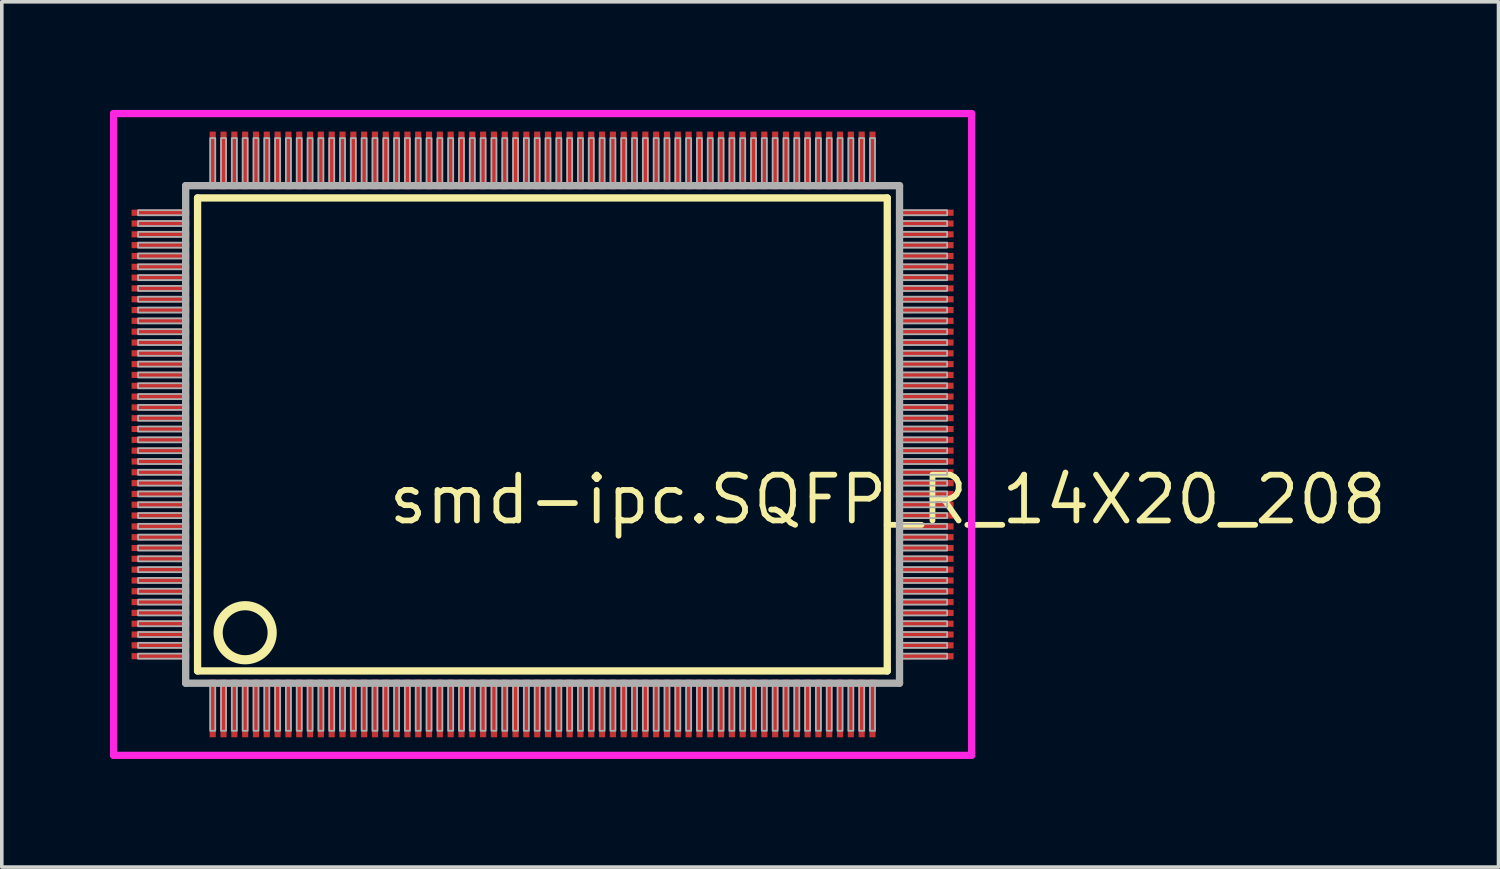
<source format=kicad_pcb>
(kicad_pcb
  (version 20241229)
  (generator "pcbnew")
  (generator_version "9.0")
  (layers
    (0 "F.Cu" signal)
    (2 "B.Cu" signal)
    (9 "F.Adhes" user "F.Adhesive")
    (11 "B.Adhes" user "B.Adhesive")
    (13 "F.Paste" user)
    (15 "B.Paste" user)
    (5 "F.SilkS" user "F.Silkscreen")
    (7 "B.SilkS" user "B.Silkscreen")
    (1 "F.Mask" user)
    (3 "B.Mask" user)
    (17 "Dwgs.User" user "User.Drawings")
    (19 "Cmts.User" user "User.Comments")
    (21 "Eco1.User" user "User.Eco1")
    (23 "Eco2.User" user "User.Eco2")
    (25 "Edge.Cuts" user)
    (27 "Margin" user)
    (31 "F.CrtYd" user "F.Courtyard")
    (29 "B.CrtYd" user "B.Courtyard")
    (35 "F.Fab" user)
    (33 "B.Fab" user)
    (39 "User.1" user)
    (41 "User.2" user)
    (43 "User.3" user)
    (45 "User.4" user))
  (footprint "smd-ipc.SQFP_R_14X20_208"
    (layer "F.Cu")
    (at 12 9)
    (property "Reference" "smd-ipc.SQFP_R_14X20_208" (at -4.35 2.55 0) (layer "F.SilkS") (effects (font (size 1.27 1.27) (thickness 0.16)) (justify left bottom)))
    (attr smd)
    (fp_line (start -9.57 -6.56) (end 9.56 -6.56) (stroke (width 0.203) (type default)) (layer "F.SilkS"))
    (fp_line (start -9.57 6.56) (end -9.57 -6.56) (stroke (width 0.203) (type default)) (layer "F.SilkS"))
    (fp_line (start 9.56 -6.56) (end 9.56 6.56) (stroke (width 0.203) (type default)) (layer "F.SilkS"))
    (fp_line (start 9.56 6.56) (end -9.57 6.56) (stroke (width 0.203) (type default)) (layer "F.SilkS"))
    (fp_circle (center -8.25 5.5) (end -7.5 5.5) (stroke (width 0.254) (type default)) (fill no) (layer "F.SilkS"))
    (fp_line (start -11.9 -8.9) (end 11.9 -8.9) (stroke (width 0.2) (type default)) (layer "F.CrtYd"))
    (fp_line (start -11.9 8.9) (end -11.9 -8.9) (stroke (width 0.2) (type default)) (layer "F.CrtYd"))
    (fp_line (start 11.9 -8.9) (end 11.9 8.9) (stroke (width 0.2) (type default)) (layer "F.CrtYd"))
    (fp_line (start 11.9 8.9) (end -11.9 8.9) (stroke (width 0.2) (type default)) (layer "F.CrtYd"))
    (fp_line (start -9.9 -6.9) (end -9.9 6.9) (stroke (width 0.203) (type default)) (layer "F.Fab"))
    (fp_line (start -9.9 6.9) (end 9.9 6.9) (stroke (width 0.203) (type default)) (layer "F.Fab"))
    (fp_line (start 9.9 -6.9) (end -9.9 -6.9) (stroke (width 0.203) (type default)) (layer "F.Fab"))
    (fp_line (start 9.9 6.9) (end 9.9 -6.9) (stroke (width 0.203) (type default)) (layer "F.Fab"))
    (fp_rect (start -11.22 -6.08) (end -9.95 -6.22) (stroke (width 0.05) (type default)) (fill no) (layer "F.Fab"))
    (fp_rect (start -11.22 -5.78) (end -9.95 -5.92) (stroke (width 0.05) (type default)) (fill no) (layer "F.Fab"))
    (fp_rect (start -11.22 -5.48) (end -9.95 -5.62) (stroke (width 0.05) (type default)) (fill no) (layer "F.Fab"))
    (fp_rect (start -11.22 -5.18) (end -9.95 -5.32) (stroke (width 0.05) (type default)) (fill no) (layer "F.Fab"))
    (fp_rect (start -11.22 -4.88) (end -9.95 -5.02) (stroke (width 0.05) (type default)) (fill no) (layer "F.Fab"))
    (fp_rect (start -11.22 -4.58) (end -9.95 -4.72) (stroke (width 0.05) (type default)) (fill no) (layer "F.Fab"))
    (fp_rect (start -11.22 -4.28) (end -9.95 -4.42) (stroke (width 0.05) (type default)) (fill no) (layer "F.Fab"))
    (fp_rect (start -11.22 -3.98) (end -9.95 -4.12) (stroke (width 0.05) (type default)) (fill no) (layer "F.Fab"))
    (fp_rect (start -11.22 -3.68) (end -9.95 -3.82) (stroke (width 0.05) (type default)) (fill no) (layer "F.Fab"))
    (fp_rect (start -11.22 -3.38) (end -9.95 -3.52) (stroke (width 0.05) (type default)) (fill no) (layer "F.Fab"))
    (fp_rect (start -11.22 -3.08) (end -9.95 -3.22) (stroke (width 0.05) (type default)) (fill no) (layer "F.Fab"))
    (fp_rect (start -11.22 -2.78) (end -9.95 -2.92) (stroke (width 0.05) (type default)) (fill no) (layer "F.Fab"))
    (fp_rect (start -11.22 -2.48) (end -9.95 -2.62) (stroke (width 0.05) (type default)) (fill no) (layer "F.Fab"))
    (fp_rect (start -11.22 -2.18) (end -9.95 -2.32) (stroke (width 0.05) (type default)) (fill no) (layer "F.Fab"))
    (fp_rect (start -11.22 -1.88) (end -9.95 -2.02) (stroke (width 0.05) (type default)) (fill no) (layer "F.Fab"))
    (fp_rect (start -11.22 -1.58) (end -9.95 -1.72) (stroke (width 0.05) (type default)) (fill no) (layer "F.Fab"))
    (fp_rect (start -11.22 -1.28) (end -9.95 -1.42) (stroke (width 0.05) (type default)) (fill no) (layer "F.Fab"))
    (fp_rect (start -11.22 -0.98) (end -9.95 -1.12) (stroke (width 0.05) (type default)) (fill no) (layer "F.Fab"))
    (fp_rect (start -11.22 -0.68) (end -9.95 -0.82) (stroke (width 0.05) (type default)) (fill no) (layer "F.Fab"))
    (fp_rect (start -11.22 -0.38) (end -9.95 -0.52) (stroke (width 0.05) (type default)) (fill no) (layer "F.Fab"))
    (fp_rect (start -11.22 -0.08) (end -9.95 -0.22) (stroke (width 0.05) (type default)) (fill no) (layer "F.Fab"))
    (fp_rect (start -11.22 0.22) (end -9.95 0.08) (stroke (width 0.05) (type default)) (fill no) (layer "F.Fab"))
    (fp_rect (start -11.22 0.52) (end -9.95 0.38) (stroke (width 0.05) (type default)) (fill no) (layer "F.Fab"))
    (fp_rect (start -11.22 0.82) (end -9.95 0.68) (stroke (width 0.05) (type default)) (fill no) (layer "F.Fab"))
    (fp_rect (start -11.22 1.12) (end -9.95 0.98) (stroke (width 0.05) (type default)) (fill no) (layer "F.Fab"))
    (fp_rect (start -11.22 1.42) (end -9.95 1.28) (stroke (width 0.05) (type default)) (fill no) (layer "F.Fab"))
    (fp_rect (start -11.22 1.72) (end -9.95 1.58) (stroke (width 0.05) (type default)) (fill no) (layer "F.Fab"))
    (fp_rect (start -11.22 2.02) (end -9.95 1.88) (stroke (width 0.05) (type default)) (fill no) (layer "F.Fab"))
    (fp_rect (start -11.22 2.32) (end -9.95 2.18) (stroke (width 0.05) (type default)) (fill no) (layer "F.Fab"))
    (fp_rect (start -11.22 2.62) (end -9.95 2.48) (stroke (width 0.05) (type default)) (fill no) (layer "F.Fab"))
    (fp_rect (start -11.22 2.92) (end -9.95 2.78) (stroke (width 0.05) (type default)) (fill no) (layer "F.Fab"))
    (fp_rect (start -11.22 3.22) (end -9.95 3.08) (stroke (width 0.05) (type default)) (fill no) (layer "F.Fab"))
    (fp_rect (start -11.22 3.52) (end -9.95 3.38) (stroke (width 0.05) (type default)) (fill no) (layer "F.Fab"))
    (fp_rect (start -11.22 3.82) (end -9.95 3.68) (stroke (width 0.05) (type default)) (fill no) (layer "F.Fab"))
    (fp_rect (start -11.22 4.12) (end -9.95 3.98) (stroke (width 0.05) (type default)) (fill no) (layer "F.Fab"))
    (fp_rect (start -11.22 4.42) (end -9.95 4.28) (stroke (width 0.05) (type default)) (fill no) (layer "F.Fab"))
    (fp_rect (start -11.22 4.72) (end -9.95 4.58) (stroke (width 0.05) (type default)) (fill no) (layer "F.Fab"))
    (fp_rect (start -11.22 5.02) (end -9.95 4.88) (stroke (width 0.05) (type default)) (fill no) (layer "F.Fab"))
    (fp_rect (start -11.22 5.32) (end -9.95 5.18) (stroke (width 0.05) (type default)) (fill no) (layer "F.Fab"))
    (fp_rect (start -11.22 5.62) (end -9.95 5.48) (stroke (width 0.05) (type default)) (fill no) (layer "F.Fab"))
    (fp_rect (start -11.22 5.92) (end -9.95 5.78) (stroke (width 0.05) (type default)) (fill no) (layer "F.Fab"))
    (fp_rect (start -11.22 6.22) (end -9.95 6.08) (stroke (width 0.05) (type default)) (fill no) (layer "F.Fab"))
    (fp_rect (start -9.22 -6.95) (end -9.08 -8.22) (stroke (width 0.05) (type default)) (fill no) (layer "F.Fab"))
    (fp_rect (start -9.22 8.22) (end -9.08 6.95) (stroke (width 0.05) (type default)) (fill no) (layer "F.Fab"))
    (fp_rect (start -8.92 -6.95) (end -8.78 -8.22) (stroke (width 0.05) (type default)) (fill no) (layer "F.Fab"))
    (fp_rect (start -8.92 8.22) (end -8.78 6.95) (stroke (width 0.05) (type default)) (fill no) (layer "F.Fab"))
    (fp_rect (start -8.62 -6.95) (end -8.48 -8.22) (stroke (width 0.05) (type default)) (fill no) (layer "F.Fab"))
    (fp_rect (start -8.62 8.22) (end -8.48 6.95) (stroke (width 0.05) (type default)) (fill no) (layer "F.Fab"))
    (fp_rect (start -8.32 -6.95) (end -8.18 -8.22) (stroke (width 0.05) (type default)) (fill no) (layer "F.Fab"))
    (fp_rect (start -8.32 8.22) (end -8.18 6.95) (stroke (width 0.05) (type default)) (fill no) (layer "F.Fab"))
    (fp_rect (start -8.02 -6.95) (end -7.88 -8.22) (stroke (width 0.05) (type default)) (fill no) (layer "F.Fab"))
    (fp_rect (start -8.02 8.22) (end -7.88 6.95) (stroke (width 0.05) (type default)) (fill no) (layer "F.Fab"))
    (fp_rect (start -7.72 -6.95) (end -7.58 -8.22) (stroke (width 0.05) (type default)) (fill no) (layer "F.Fab"))
    (fp_rect (start -7.72 8.22) (end -7.58 6.95) (stroke (width 0.05) (type default)) (fill no) (layer "F.Fab"))
    (fp_rect (start -7.42 -6.95) (end -7.28 -8.22) (stroke (width 0.05) (type default)) (fill no) (layer "F.Fab"))
    (fp_rect (start -7.42 8.22) (end -7.28 6.95) (stroke (width 0.05) (type default)) (fill no) (layer "F.Fab"))
    (fp_rect (start -7.12 -6.95) (end -6.98 -8.22) (stroke (width 0.05) (type default)) (fill no) (layer "F.Fab"))
    (fp_rect (start -7.12 8.22) (end -6.98 6.95) (stroke (width 0.05) (type default)) (fill no) (layer "F.Fab"))
    (fp_rect (start -6.82 -6.95) (end -6.68 -8.22) (stroke (width 0.05) (type default)) (fill no) (layer "F.Fab"))
    (fp_rect (start -6.82 8.22) (end -6.68 6.95) (stroke (width 0.05) (type default)) (fill no) (layer "F.Fab"))
    (fp_rect (start -6.52 -6.95) (end -6.38 -8.22) (stroke (width 0.05) (type default)) (fill no) (layer "F.Fab"))
    (fp_rect (start -6.52 8.22) (end -6.38 6.95) (stroke (width 0.05) (type default)) (fill no) (layer "F.Fab"))
    (fp_rect (start -6.22 -6.95) (end -6.08 -8.22) (stroke (width 0.05) (type default)) (fill no) (layer "F.Fab"))
    (fp_rect (start -6.22 8.22) (end -6.08 6.95) (stroke (width 0.05) (type default)) (fill no) (layer "F.Fab"))
    (fp_rect (start -5.92 -6.95) (end -5.78 -8.22) (stroke (width 0.05) (type default)) (fill no) (layer "F.Fab"))
    (fp_rect (start -5.92 8.22) (end -5.78 6.95) (stroke (width 0.05) (type default)) (fill no) (layer "F.Fab"))
    (fp_rect (start -5.62 -6.95) (end -5.48 -8.22) (stroke (width 0.05) (type default)) (fill no) (layer "F.Fab"))
    (fp_rect (start -5.62 8.22) (end -5.48 6.95) (stroke (width 0.05) (type default)) (fill no) (layer "F.Fab"))
    (fp_rect (start -5.32 -6.95) (end -5.18 -8.22) (stroke (width 0.05) (type default)) (fill no) (layer "F.Fab"))
    (fp_rect (start -5.32 8.22) (end -5.18 6.95) (stroke (width 0.05) (type default)) (fill no) (layer "F.Fab"))
    (fp_rect (start -5.02 -6.95) (end -4.88 -8.22) (stroke (width 0.05) (type default)) (fill no) (layer "F.Fab"))
    (fp_rect (start -5.02 8.22) (end -4.88 6.95) (stroke (width 0.05) (type default)) (fill no) (layer "F.Fab"))
    (fp_rect (start -4.72 -6.95) (end -4.58 -8.22) (stroke (width 0.05) (type default)) (fill no) (layer "F.Fab"))
    (fp_rect (start -4.72 8.22) (end -4.58 6.95) (stroke (width 0.05) (type default)) (fill no) (layer "F.Fab"))
    (fp_rect (start -4.42 -6.95) (end -4.28 -8.22) (stroke (width 0.05) (type default)) (fill no) (layer "F.Fab"))
    (fp_rect (start -4.42 8.22) (end -4.28 6.95) (stroke (width 0.05) (type default)) (fill no) (layer "F.Fab"))
    (fp_rect (start -4.12 -6.95) (end -3.98 -8.22) (stroke (width 0.05) (type default)) (fill no) (layer "F.Fab"))
    (fp_rect (start -4.12 8.22) (end -3.98 6.95) (stroke (width 0.05) (type default)) (fill no) (layer "F.Fab"))
    (fp_rect (start -3.82 -6.95) (end -3.68 -8.22) (stroke (width 0.05) (type default)) (fill no) (layer "F.Fab"))
    (fp_rect (start -3.82 8.22) (end -3.68 6.95) (stroke (width 0.05) (type default)) (fill no) (layer "F.Fab"))
    (fp_rect (start -3.52 -6.95) (end -3.38 -8.22) (stroke (width 0.05) (type default)) (fill no) (layer "F.Fab"))
    (fp_rect (start -3.52 8.22) (end -3.38 6.95) (stroke (width 0.05) (type default)) (fill no) (layer "F.Fab"))
    (fp_rect (start -3.22 -6.95) (end -3.08 -8.22) (stroke (width 0.05) (type default)) (fill no) (layer "F.Fab"))
    (fp_rect (start -3.22 8.22) (end -3.08 6.95) (stroke (width 0.05) (type default)) (fill no) (layer "F.Fab"))
    (fp_rect (start -2.92 -6.95) (end -2.78 -8.22) (stroke (width 0.05) (type default)) (fill no) (layer "F.Fab"))
    (fp_rect (start -2.92 8.22) (end -2.78 6.95) (stroke (width 0.05) (type default)) (fill no) (layer "F.Fab"))
    (fp_rect (start -2.62 -6.95) (end -2.48 -8.22) (stroke (width 0.05) (type default)) (fill no) (layer "F.Fab"))
    (fp_rect (start -2.62 8.22) (end -2.48 6.95) (stroke (width 0.05) (type default)) (fill no) (layer "F.Fab"))
    (fp_rect (start -2.32 -6.95) (end -2.18 -8.22) (stroke (width 0.05) (type default)) (fill no) (layer "F.Fab"))
    (fp_rect (start -2.32 8.22) (end -2.18 6.95) (stroke (width 0.05) (type default)) (fill no) (layer "F.Fab"))
    (fp_rect (start -2.02 -6.95) (end -1.88 -8.22) (stroke (width 0.05) (type default)) (fill no) (layer "F.Fab"))
    (fp_rect (start -2.02 8.22) (end -1.88 6.95) (stroke (width 0.05) (type default)) (fill no) (layer "F.Fab"))
    (fp_rect (start -1.72 -6.95) (end -1.58 -8.22) (stroke (width 0.05) (type default)) (fill no) (layer "F.Fab"))
    (fp_rect (start -1.72 8.22) (end -1.58 6.95) (stroke (width 0.05) (type default)) (fill no) (layer "F.Fab"))
    (fp_rect (start -1.42 -6.95) (end -1.28 -8.22) (stroke (width 0.05) (type default)) (fill no) (layer "F.Fab"))
    (fp_rect (start -1.42 8.22) (end -1.28 6.95) (stroke (width 0.05) (type default)) (fill no) (layer "F.Fab"))
    (fp_rect (start -1.12 -6.95) (end -0.98 -8.22) (stroke (width 0.05) (type default)) (fill no) (layer "F.Fab"))
    (fp_rect (start -1.12 8.22) (end -0.98 6.95) (stroke (width 0.05) (type default)) (fill no) (layer "F.Fab"))
    (fp_rect (start -0.82 -6.95) (end -0.68 -8.22) (stroke (width 0.05) (type default)) (fill no) (layer "F.Fab"))
    (fp_rect (start -0.82 8.22) (end -0.68 6.95) (stroke (width 0.05) (type default)) (fill no) (layer "F.Fab"))
    (fp_rect (start -0.52 -6.95) (end -0.38 -8.22) (stroke (width 0.05) (type default)) (fill no) (layer "F.Fab"))
    (fp_rect (start -0.52 8.22) (end -0.38 6.95) (stroke (width 0.05) (type default)) (fill no) (layer "F.Fab"))
    (fp_rect (start -0.22 -6.95) (end -0.08 -8.22) (stroke (width 0.05) (type default)) (fill no) (layer "F.Fab"))
    (fp_rect (start -0.22 8.22) (end -0.08 6.95) (stroke (width 0.05) (type default)) (fill no) (layer "F.Fab"))
    (fp_rect (start 0.08 -6.95) (end 0.22 -8.22) (stroke (width 0.05) (type default)) (fill no) (layer "F.Fab"))
    (fp_rect (start 0.08 8.22) (end 0.22 6.95) (stroke (width 0.05) (type default)) (fill no) (layer "F.Fab"))
    (fp_rect (start 0.38 -6.95) (end 0.52 -8.22) (stroke (width 0.05) (type default)) (fill no) (layer "F.Fab"))
    (fp_rect (start 0.38 8.22) (end 0.52 6.95) (stroke (width 0.05) (type default)) (fill no) (layer "F.Fab"))
    (fp_rect (start 0.68 -6.95) (end 0.82 -8.22) (stroke (width 0.05) (type default)) (fill no) (layer "F.Fab"))
    (fp_rect (start 0.68 8.22) (end 0.82 6.95) (stroke (width 0.05) (type default)) (fill no) (layer "F.Fab"))
    (fp_rect (start 0.98 -6.95) (end 1.12 -8.22) (stroke (width 0.05) (type default)) (fill no) (layer "F.Fab"))
    (fp_rect (start 0.98 8.22) (end 1.12 6.95) (stroke (width 0.05) (type default)) (fill no) (layer "F.Fab"))
    (fp_rect (start 1.28 -6.95) (end 1.42 -8.22) (stroke (width 0.05) (type default)) (fill no) (layer "F.Fab"))
    (fp_rect (start 1.28 8.22) (end 1.42 6.95) (stroke (width 0.05) (type default)) (fill no) (layer "F.Fab"))
    (fp_rect (start 1.58 -6.95) (end 1.72 -8.22) (stroke (width 0.05) (type default)) (fill no) (layer "F.Fab"))
    (fp_rect (start 1.58 8.22) (end 1.72 6.95) (stroke (width 0.05) (type default)) (fill no) (layer "F.Fab"))
    (fp_rect (start 1.88 -6.95) (end 2.02 -8.22) (stroke (width 0.05) (type default)) (fill no) (layer "F.Fab"))
    (fp_rect (start 1.88 8.22) (end 2.02 6.95) (stroke (width 0.05) (type default)) (fill no) (layer "F.Fab"))
    (fp_rect (start 2.18 -6.95) (end 2.32 -8.22) (stroke (width 0.05) (type default)) (fill no) (layer "F.Fab"))
    (fp_rect (start 2.18 8.22) (end 2.32 6.95) (stroke (width 0.05) (type default)) (fill no) (layer "F.Fab"))
    (fp_rect (start 2.48 -6.95) (end 2.62 -8.22) (stroke (width 0.05) (type default)) (fill no) (layer "F.Fab"))
    (fp_rect (start 2.48 8.22) (end 2.62 6.95) (stroke (width 0.05) (type default)) (fill no) (layer "F.Fab"))
    (fp_rect (start 2.78 -6.95) (end 2.92 -8.22) (stroke (width 0.05) (type default)) (fill no) (layer "F.Fab"))
    (fp_rect (start 2.78 8.22) (end 2.92 6.95) (stroke (width 0.05) (type default)) (fill no) (layer "F.Fab"))
    (fp_rect (start 3.08 -6.95) (end 3.22 -8.22) (stroke (width 0.05) (type default)) (fill no) (layer "F.Fab"))
    (fp_rect (start 3.08 8.22) (end 3.22 6.95) (stroke (width 0.05) (type default)) (fill no) (layer "F.Fab"))
    (fp_rect (start 3.38 -6.95) (end 3.52 -8.22) (stroke (width 0.05) (type default)) (fill no) (layer "F.Fab"))
    (fp_rect (start 3.38 8.22) (end 3.52 6.95) (stroke (width 0.05) (type default)) (fill no) (layer "F.Fab"))
    (fp_rect (start 3.68 -6.95) (end 3.82 -8.22) (stroke (width 0.05) (type default)) (fill no) (layer "F.Fab"))
    (fp_rect (start 3.68 8.22) (end 3.82 6.95) (stroke (width 0.05) (type default)) (fill no) (layer "F.Fab"))
    (fp_rect (start 3.98 -6.95) (end 4.12 -8.22) (stroke (width 0.05) (type default)) (fill no) (layer "F.Fab"))
    (fp_rect (start 3.98 8.22) (end 4.12 6.95) (stroke (width 0.05) (type default)) (fill no) (layer "F.Fab"))
    (fp_rect (start 4.28 -6.95) (end 4.42 -8.22) (stroke (width 0.05) (type default)) (fill no) (layer "F.Fab"))
    (fp_rect (start 4.28 8.22) (end 4.42 6.95) (stroke (width 0.05) (type default)) (fill no) (layer "F.Fab"))
    (fp_rect (start 4.58 -6.95) (end 4.72 -8.22) (stroke (width 0.05) (type default)) (fill no) (layer "F.Fab"))
    (fp_rect (start 4.58 8.22) (end 4.72 6.95) (stroke (width 0.05) (type default)) (fill no) (layer "F.Fab"))
    (fp_rect (start 4.88 -6.95) (end 5.02 -8.22) (stroke (width 0.05) (type default)) (fill no) (layer "F.Fab"))
    (fp_rect (start 4.88 8.22) (end 5.02 6.95) (stroke (width 0.05) (type default)) (fill no) (layer "F.Fab"))
    (fp_rect (start 5.18 -6.95) (end 5.32 -8.22) (stroke (width 0.05) (type default)) (fill no) (layer "F.Fab"))
    (fp_rect (start 5.18 8.22) (end 5.32 6.95) (stroke (width 0.05) (type default)) (fill no) (layer "F.Fab"))
    (fp_rect (start 5.48 -6.95) (end 5.62 -8.22) (stroke (width 0.05) (type default)) (fill no) (layer "F.Fab"))
    (fp_rect (start 5.48 8.22) (end 5.62 6.95) (stroke (width 0.05) (type default)) (fill no) (layer "F.Fab"))
    (fp_rect (start 5.78 -6.95) (end 5.92 -8.22) (stroke (width 0.05) (type default)) (fill no) (layer "F.Fab"))
    (fp_rect (start 5.78 8.22) (end 5.92 6.95) (stroke (width 0.05) (type default)) (fill no) (layer "F.Fab"))
    (fp_rect (start 6.08 -6.95) (end 6.22 -8.22) (stroke (width 0.05) (type default)) (fill no) (layer "F.Fab"))
    (fp_rect (start 6.08 8.22) (end 6.22 6.95) (stroke (width 0.05) (type default)) (fill no) (layer "F.Fab"))
    (fp_rect (start 6.38 -6.95) (end 6.52 -8.22) (stroke (width 0.05) (type default)) (fill no) (layer "F.Fab"))
    (fp_rect (start 6.38 8.22) (end 6.52 6.95) (stroke (width 0.05) (type default)) (fill no) (layer "F.Fab"))
    (fp_rect (start 6.68 -6.95) (end 6.82 -8.22) (stroke (width 0.05) (type default)) (fill no) (layer "F.Fab"))
    (fp_rect (start 6.68 8.22) (end 6.82 6.95) (stroke (width 0.05) (type default)) (fill no) (layer "F.Fab"))
    (fp_rect (start 6.98 -6.95) (end 7.12 -8.22) (stroke (width 0.05) (type default)) (fill no) (layer "F.Fab"))
    (fp_rect (start 6.98 8.22) (end 7.12 6.95) (stroke (width 0.05) (type default)) (fill no) (layer "F.Fab"))
    (fp_rect (start 7.28 -6.95) (end 7.42 -8.22) (stroke (width 0.05) (type default)) (fill no) (layer "F.Fab"))
    (fp_rect (start 7.28 8.22) (end 7.42 6.95) (stroke (width 0.05) (type default)) (fill no) (layer "F.Fab"))
    (fp_rect (start 7.58 -6.95) (end 7.72 -8.22) (stroke (width 0.05) (type default)) (fill no) (layer "F.Fab"))
    (fp_rect (start 7.58 8.22) (end 7.72 6.95) (stroke (width 0.05) (type default)) (fill no) (layer "F.Fab"))
    (fp_rect (start 7.88 -6.95) (end 8.02 -8.22) (stroke (width 0.05) (type default)) (fill no) (layer "F.Fab"))
    (fp_rect (start 7.88 8.22) (end 8.02 6.95) (stroke (width 0.05) (type default)) (fill no) (layer "F.Fab"))
    (fp_rect (start 8.18 -6.95) (end 8.32 -8.22) (stroke (width 0.05) (type default)) (fill no) (layer "F.Fab"))
    (fp_rect (start 8.18 8.22) (end 8.32 6.95) (stroke (width 0.05) (type default)) (fill no) (layer "F.Fab"))
    (fp_rect (start 8.48 -6.95) (end 8.62 -8.22) (stroke (width 0.05) (type default)) (fill no) (layer "F.Fab"))
    (fp_rect (start 8.48 8.22) (end 8.62 6.95) (stroke (width 0.05) (type default)) (fill no) (layer "F.Fab"))
    (fp_rect (start 8.78 -6.95) (end 8.92 -8.22) (stroke (width 0.05) (type default)) (fill no) (layer "F.Fab"))
    (fp_rect (start 8.78 8.22) (end 8.92 6.95) (stroke (width 0.05) (type default)) (fill no) (layer "F.Fab"))
    (fp_rect (start 9.08 -6.95) (end 9.22 -8.22) (stroke (width 0.05) (type default)) (fill no) (layer "F.Fab"))
    (fp_rect (start 9.08 8.22) (end 9.22 6.95) (stroke (width 0.05) (type default)) (fill no) (layer "F.Fab"))
    (fp_rect (start 9.95 -6.08) (end 11.22 -6.22) (stroke (width 0.05) (type default)) (fill no) (layer "F.Fab"))
    (fp_rect (start 9.95 -5.78) (end 11.22 -5.92) (stroke (width 0.05) (type default)) (fill no) (layer "F.Fab"))
    (fp_rect (start 9.95 -5.48) (end 11.22 -5.62) (stroke (width 0.05) (type default)) (fill no) (layer "F.Fab"))
    (fp_rect (start 9.95 -5.18) (end 11.22 -5.32) (stroke (width 0.05) (type default)) (fill no) (layer "F.Fab"))
    (fp_rect (start 9.95 -4.88) (end 11.22 -5.02) (stroke (width 0.05) (type default)) (fill no) (layer "F.Fab"))
    (fp_rect (start 9.95 -4.58) (end 11.22 -4.72) (stroke (width 0.05) (type default)) (fill no) (layer "F.Fab"))
    (fp_rect (start 9.95 -4.28) (end 11.22 -4.42) (stroke (width 0.05) (type default)) (fill no) (layer "F.Fab"))
    (fp_rect (start 9.95 -3.98) (end 11.22 -4.12) (stroke (width 0.05) (type default)) (fill no) (layer "F.Fab"))
    (fp_rect (start 9.95 -3.68) (end 11.22 -3.82) (stroke (width 0.05) (type default)) (fill no) (layer "F.Fab"))
    (fp_rect (start 9.95 -3.38) (end 11.22 -3.52) (stroke (width 0.05) (type default)) (fill no) (layer "F.Fab"))
    (fp_rect (start 9.95 -3.08) (end 11.22 -3.22) (stroke (width 0.05) (type default)) (fill no) (layer "F.Fab"))
    (fp_rect (start 9.95 -2.78) (end 11.22 -2.92) (stroke (width 0.05) (type default)) (fill no) (layer "F.Fab"))
    (fp_rect (start 9.95 -2.48) (end 11.22 -2.62) (stroke (width 0.05) (type default)) (fill no) (layer "F.Fab"))
    (fp_rect (start 9.95 -2.18) (end 11.22 -2.32) (stroke (width 0.05) (type default)) (fill no) (layer "F.Fab"))
    (fp_rect (start 9.95 -1.88) (end 11.22 -2.02) (stroke (width 0.05) (type default)) (fill no) (layer "F.Fab"))
    (fp_rect (start 9.95 -1.58) (end 11.22 -1.72) (stroke (width 0.05) (type default)) (fill no) (layer "F.Fab"))
    (fp_rect (start 9.95 -1.28) (end 11.22 -1.42) (stroke (width 0.05) (type default)) (fill no) (layer "F.Fab"))
    (fp_rect (start 9.95 -0.98) (end 11.22 -1.12) (stroke (width 0.05) (type default)) (fill no) (layer "F.Fab"))
    (fp_rect (start 9.95 -0.68) (end 11.22 -0.82) (stroke (width 0.05) (type default)) (fill no) (layer "F.Fab"))
    (fp_rect (start 9.95 -0.38) (end 11.22 -0.52) (stroke (width 0.05) (type default)) (fill no) (layer "F.Fab"))
    (fp_rect (start 9.95 -0.08) (end 11.22 -0.22) (stroke (width 0.05) (type default)) (fill no) (layer "F.Fab"))
    (fp_rect (start 9.95 0.22) (end 11.22 0.08) (stroke (width 0.05) (type default)) (fill no) (layer "F.Fab"))
    (fp_rect (start 9.95 0.52) (end 11.22 0.38) (stroke (width 0.05) (type default)) (fill no) (layer "F.Fab"))
    (fp_rect (start 9.95 0.82) (end 11.22 0.68) (stroke (width 0.05) (type default)) (fill no) (layer "F.Fab"))
    (fp_rect (start 9.95 1.12) (end 11.22 0.98) (stroke (width 0.05) (type default)) (fill no) (layer "F.Fab"))
    (fp_rect (start 9.95 1.42) (end 11.22 1.28) (stroke (width 0.05) (type default)) (fill no) (layer "F.Fab"))
    (fp_rect (start 9.95 1.72) (end 11.22 1.58) (stroke (width 0.05) (type default)) (fill no) (layer "F.Fab"))
    (fp_rect (start 9.95 2.02) (end 11.22 1.88) (stroke (width 0.05) (type default)) (fill no) (layer "F.Fab"))
    (fp_rect (start 9.95 2.32) (end 11.22 2.18) (stroke (width 0.05) (type default)) (fill no) (layer "F.Fab"))
    (fp_rect (start 9.95 2.62) (end 11.22 2.48) (stroke (width 0.05) (type default)) (fill no) (layer "F.Fab"))
    (fp_rect (start 9.95 2.92) (end 11.22 2.78) (stroke (width 0.05) (type default)) (fill no) (layer "F.Fab"))
    (fp_rect (start 9.95 3.22) (end 11.22 3.08) (stroke (width 0.05) (type default)) (fill no) (layer "F.Fab"))
    (fp_rect (start 9.95 3.52) (end 11.22 3.38) (stroke (width 0.05) (type default)) (fill no) (layer "F.Fab"))
    (fp_rect (start 9.95 3.82) (end 11.22 3.68) (stroke (width 0.05) (type default)) (fill no) (layer "F.Fab"))
    (fp_rect (start 9.95 4.12) (end 11.22 3.98) (stroke (width 0.05) (type default)) (fill no) (layer "F.Fab"))
    (fp_rect (start 9.95 4.42) (end 11.22 4.28) (stroke (width 0.05) (type default)) (fill no) (layer "F.Fab"))
    (fp_rect (start 9.95 4.72) (end 11.22 4.58) (stroke (width 0.05) (type default)) (fill no) (layer "F.Fab"))
    (fp_rect (start 9.95 5.02) (end 11.22 4.88) (stroke (width 0.05) (type default)) (fill no) (layer "F.Fab"))
    (fp_rect (start 9.95 5.32) (end 11.22 5.18) (stroke (width 0.05) (type default)) (fill no) (layer "F.Fab"))
    (fp_rect (start 9.95 5.62) (end 11.22 5.48) (stroke (width 0.05) (type default)) (fill no) (layer "F.Fab"))
    (fp_rect (start 9.95 5.92) (end 11.22 5.78) (stroke (width 0.05) (type default)) (fill no) (layer "F.Fab"))
    (fp_rect (start 9.95 6.22) (end 11.22 6.08) (stroke (width 0.05) (type default)) (fill no) (layer "F.Fab"))
    (pad "1" smd roundrect (at -9.15 7.6) (size 0.17 1.6) (layers "F.Cu" "F.Mask" "F.Paste") (roundrect_rratio 0.01))
    (pad "2" smd roundrect (at -8.85 7.6) (size 0.17 1.6) (layers "F.Cu" "F.Mask" "F.Paste") (roundrect_rratio 0.01))
    (pad "3" smd roundrect (at -8.55 7.6) (size 0.17 1.6) (layers "F.Cu" "F.Mask" "F.Paste") (roundrect_rratio 0.01))
    (pad "4" smd roundrect (at -8.25 7.6) (size 0.17 1.6) (layers "F.Cu" "F.Mask" "F.Paste") (roundrect_rratio 0.01))
    (pad "5" smd roundrect (at -7.95 7.6) (size 0.17 1.6) (layers "F.Cu" "F.Mask" "F.Paste") (roundrect_rratio 0.01))
    (pad "6" smd roundrect (at -7.65 7.6) (size 0.17 1.6) (layers "F.Cu" "F.Mask" "F.Paste") (roundrect_rratio 0.01))
    (pad "7" smd roundrect (at -7.35 7.6) (size 0.17 1.6) (layers "F.Cu" "F.Mask" "F.Paste") (roundrect_rratio 0.01))
    (pad "8" smd roundrect (at -7.05 7.6) (size 0.17 1.6) (layers "F.Cu" "F.Mask" "F.Paste") (roundrect_rratio 0.01))
    (pad "9" smd roundrect (at -6.75 7.6) (size 0.17 1.6) (layers "F.Cu" "F.Mask" "F.Paste") (roundrect_rratio 0.01))
    (pad "10" smd roundrect (at -6.45 7.6) (size 0.17 1.6) (layers "F.Cu" "F.Mask" "F.Paste") (roundrect_rratio 0.01))
    (pad "11" smd roundrect (at -6.15 7.6) (size 0.17 1.6) (layers "F.Cu" "F.Mask" "F.Paste") (roundrect_rratio 0.01))
    (pad "12" smd roundrect (at -5.85 7.6) (size 0.17 1.6) (layers "F.Cu" "F.Mask" "F.Paste") (roundrect_rratio 0.01))
    (pad "13" smd roundrect (at -5.55 7.6) (size 0.17 1.6) (layers "F.Cu" "F.Mask" "F.Paste") (roundrect_rratio 0.01))
    (pad "14" smd roundrect (at -5.25 7.6) (size 0.17 1.6) (layers "F.Cu" "F.Mask" "F.Paste") (roundrect_rratio 0.01))
    (pad "15" smd roundrect (at -4.95 7.6) (size 0.17 1.6) (layers "F.Cu" "F.Mask" "F.Paste") (roundrect_rratio 0.01))
    (pad "16" smd roundrect (at -4.65 7.6) (size 0.17 1.6) (layers "F.Cu" "F.Mask" "F.Paste") (roundrect_rratio 0.01))
    (pad "17" smd roundrect (at -4.35 7.6) (size 0.17 1.6) (layers "F.Cu" "F.Mask" "F.Paste") (roundrect_rratio 0.01))
    (pad "18" smd roundrect (at -4.05 7.6) (size 0.17 1.6) (layers "F.Cu" "F.Mask" "F.Paste") (roundrect_rratio 0.01))
    (pad "19" smd roundrect (at -3.75 7.6) (size 0.17 1.6) (layers "F.Cu" "F.Mask" "F.Paste") (roundrect_rratio 0.01))
    (pad "20" smd roundrect (at -3.45 7.6) (size 0.17 1.6) (layers "F.Cu" "F.Mask" "F.Paste") (roundrect_rratio 0.01))
    (pad "21" smd roundrect (at -3.15 7.6) (size 0.17 1.6) (layers "F.Cu" "F.Mask" "F.Paste") (roundrect_rratio 0.01))
    (pad "22" smd roundrect (at -2.85 7.6) (size 0.17 1.6) (layers "F.Cu" "F.Mask" "F.Paste") (roundrect_rratio 0.01))
    (pad "23" smd roundrect (at -2.55 7.6) (size 0.17 1.6) (layers "F.Cu" "F.Mask" "F.Paste") (roundrect_rratio 0.01))
    (pad "24" smd roundrect (at -2.25 7.6) (size 0.17 1.6) (layers "F.Cu" "F.Mask" "F.Paste") (roundrect_rratio 0.01))
    (pad "25" smd roundrect (at -1.95 7.6) (size 0.17 1.6) (layers "F.Cu" "F.Mask" "F.Paste") (roundrect_rratio 0.01))
    (pad "26" smd roundrect (at -1.65 7.6) (size 0.17 1.6) (layers "F.Cu" "F.Mask" "F.Paste") (roundrect_rratio 0.01))
    (pad "27" smd roundrect (at -1.35 7.6) (size 0.17 1.6) (layers "F.Cu" "F.Mask" "F.Paste") (roundrect_rratio 0.01))
    (pad "28" smd roundrect (at -1.05 7.6) (size 0.17 1.6) (layers "F.Cu" "F.Mask" "F.Paste") (roundrect_rratio 0.01))
    (pad "29" smd roundrect (at -0.75 7.6) (size 0.17 1.6) (layers "F.Cu" "F.Mask" "F.Paste") (roundrect_rratio 0.01))
    (pad "30" smd roundrect (at -0.45 7.6) (size 0.17 1.6) (layers "F.Cu" "F.Mask" "F.Paste") (roundrect_rratio 0.01))
    (pad "31" smd roundrect (at -0.15 7.6) (size 0.17 1.6) (layers "F.Cu" "F.Mask" "F.Paste") (roundrect_rratio 0.01))
    (pad "32" smd roundrect (at 0.15 7.6) (size 0.17 1.6) (layers "F.Cu" "F.Mask" "F.Paste") (roundrect_rratio 0.01))
    (pad "33" smd roundrect (at 0.45 7.6) (size 0.17 1.6) (layers "F.Cu" "F.Mask" "F.Paste") (roundrect_rratio 0.01))
    (pad "34" smd roundrect (at 0.75 7.6) (size 0.17 1.6) (layers "F.Cu" "F.Mask" "F.Paste") (roundrect_rratio 0.01))
    (pad "35" smd roundrect (at 1.05 7.6) (size 0.17 1.6) (layers "F.Cu" "F.Mask" "F.Paste") (roundrect_rratio 0.01))
    (pad "36" smd roundrect (at 1.35 7.6) (size 0.17 1.6) (layers "F.Cu" "F.Mask" "F.Paste") (roundrect_rratio 0.01))
    (pad "37" smd roundrect (at 1.65 7.6) (size 0.17 1.6) (layers "F.Cu" "F.Mask" "F.Paste") (roundrect_rratio 0.01))
    (pad "38" smd roundrect (at 1.95 7.6) (size 0.17 1.6) (layers "F.Cu" "F.Mask" "F.Paste") (roundrect_rratio 0.01))
    (pad "39" smd roundrect (at 2.25 7.6) (size 0.17 1.6) (layers "F.Cu" "F.Mask" "F.Paste") (roundrect_rratio 0.01))
    (pad "40" smd roundrect (at 2.55 7.6) (size 0.17 1.6) (layers "F.Cu" "F.Mask" "F.Paste") (roundrect_rratio 0.01))
    (pad "41" smd roundrect (at 2.85 7.6) (size 0.17 1.6) (layers "F.Cu" "F.Mask" "F.Paste") (roundrect_rratio 0.01))
    (pad "42" smd roundrect (at 3.15 7.6) (size 0.17 1.6) (layers "F.Cu" "F.Mask" "F.Paste") (roundrect_rratio 0.01))
    (pad "43" smd roundrect (at 3.45 7.6) (size 0.17 1.6) (layers "F.Cu" "F.Mask" "F.Paste") (roundrect_rratio 0.01))
    (pad "44" smd roundrect (at 3.75 7.6) (size 0.17 1.6) (layers "F.Cu" "F.Mask" "F.Paste") (roundrect_rratio 0.01))
    (pad "45" smd roundrect (at 4.05 7.6) (size 0.17 1.6) (layers "F.Cu" "F.Mask" "F.Paste") (roundrect_rratio 0.01))
    (pad "46" smd roundrect (at 4.35 7.6) (size 0.17 1.6) (layers "F.Cu" "F.Mask" "F.Paste") (roundrect_rratio 0.01))
    (pad "47" smd roundrect (at 4.65 7.6) (size 0.17 1.6) (layers "F.Cu" "F.Mask" "F.Paste") (roundrect_rratio 0.01))
    (pad "48" smd roundrect (at 4.95 7.6) (size 0.17 1.6) (layers "F.Cu" "F.Mask" "F.Paste") (roundrect_rratio 0.01))
    (pad "49" smd roundrect (at 5.25 7.6) (size 0.17 1.6) (layers "F.Cu" "F.Mask" "F.Paste") (roundrect_rratio 0.01))
    (pad "50" smd roundrect (at 5.55 7.6) (size 0.17 1.6) (layers "F.Cu" "F.Mask" "F.Paste") (roundrect_rratio 0.01))
    (pad "51" smd roundrect (at 5.85 7.6) (size 0.17 1.6) (layers "F.Cu" "F.Mask" "F.Paste") (roundrect_rratio 0.01))
    (pad "52" smd roundrect (at 6.15 7.6) (size 0.17 1.6) (layers "F.Cu" "F.Mask" "F.Paste") (roundrect_rratio 0.01))
    (pad "53" smd roundrect (at 6.45 7.6) (size 0.17 1.6) (layers "F.Cu" "F.Mask" "F.Paste") (roundrect_rratio 0.01))
    (pad "54" smd roundrect (at 6.75 7.6) (size 0.17 1.6) (layers "F.Cu" "F.Mask" "F.Paste") (roundrect_rratio 0.01))
    (pad "55" smd roundrect (at 7.05 7.6) (size 0.17 1.6) (layers "F.Cu" "F.Mask" "F.Paste") (roundrect_rratio 0.01))
    (pad "56" smd roundrect (at 7.35 7.6) (size 0.17 1.6) (layers "F.Cu" "F.Mask" "F.Paste") (roundrect_rratio 0.01))
    (pad "57" smd roundrect (at 7.65 7.6) (size 0.17 1.6) (layers "F.Cu" "F.Mask" "F.Paste") (roundrect_rratio 0.01))
    (pad "58" smd roundrect (at 7.95 7.6) (size 0.17 1.6) (layers "F.Cu" "F.Mask" "F.Paste") (roundrect_rratio 0.01))
    (pad "59" smd roundrect (at 8.25 7.6) (size 0.17 1.6) (layers "F.Cu" "F.Mask" "F.Paste") (roundrect_rratio 0.01))
    (pad "60" smd roundrect (at 8.55 7.6) (size 0.17 1.6) (layers "F.Cu" "F.Mask" "F.Paste") (roundrect_rratio 0.01))
    (pad "61" smd roundrect (at 8.85 7.6) (size 0.17 1.6) (layers "F.Cu" "F.Mask" "F.Paste") (roundrect_rratio 0.01))
    (pad "62" smd roundrect (at 9.15 7.6) (size 0.17 1.6) (layers "F.Cu" "F.Mask" "F.Paste") (roundrect_rratio 0.01))
    (pad "63" smd roundrect (at 10.6 6.15) (size 1.6 0.17) (layers "F.Cu" "F.Mask" "F.Paste") (roundrect_rratio 0.01))
    (pad "64" smd roundrect (at 10.6 5.85) (size 1.6 0.17) (layers "F.Cu" "F.Mask" "F.Paste") (roundrect_rratio 0.01))
    (pad "65" smd roundrect (at 10.6 5.55) (size 1.6 0.17) (layers "F.Cu" "F.Mask" "F.Paste") (roundrect_rratio 0.01))
    (pad "66" smd roundrect (at 10.6 5.25) (size 1.6 0.17) (layers "F.Cu" "F.Mask" "F.Paste") (roundrect_rratio 0.01))
    (pad "67" smd roundrect (at 10.6 4.95) (size 1.6 0.17) (layers "F.Cu" "F.Mask" "F.Paste") (roundrect_rratio 0.01))
    (pad "68" smd roundrect (at 10.6 4.65) (size 1.6 0.17) (layers "F.Cu" "F.Mask" "F.Paste") (roundrect_rratio 0.01))
    (pad "69" smd roundrect (at 10.6 4.35) (size 1.6 0.17) (layers "F.Cu" "F.Mask" "F.Paste") (roundrect_rratio 0.01))
    (pad "70" smd roundrect (at 10.6 4.05) (size 1.6 0.17) (layers "F.Cu" "F.Mask" "F.Paste") (roundrect_rratio 0.01))
    (pad "71" smd roundrect (at 10.6 3.75) (size 1.6 0.17) (layers "F.Cu" "F.Mask" "F.Paste") (roundrect_rratio 0.01))
    (pad "72" smd roundrect (at 10.6 3.45) (size 1.6 0.17) (layers "F.Cu" "F.Mask" "F.Paste") (roundrect_rratio 0.01))
    (pad "73" smd roundrect (at 10.6 3.15) (size 1.6 0.17) (layers "F.Cu" "F.Mask" "F.Paste") (roundrect_rratio 0.01))
    (pad "74" smd roundrect (at 10.6 2.85) (size 1.6 0.17) (layers "F.Cu" "F.Mask" "F.Paste") (roundrect_rratio 0.01))
    (pad "75" smd roundrect (at 10.6 2.55) (size 1.6 0.17) (layers "F.Cu" "F.Mask" "F.Paste") (roundrect_rratio 0.01))
    (pad "76" smd roundrect (at 10.6 2.25) (size 1.6 0.17) (layers "F.Cu" "F.Mask" "F.Paste") (roundrect_rratio 0.01))
    (pad "77" smd roundrect (at 10.6 1.95) (size 1.6 0.17) (layers "F.Cu" "F.Mask" "F.Paste") (roundrect_rratio 0.01))
    (pad "78" smd roundrect (at 10.6 1.65) (size 1.6 0.17) (layers "F.Cu" "F.Mask" "F.Paste") (roundrect_rratio 0.01))
    (pad "79" smd roundrect (at 10.6 1.35) (size 1.6 0.17) (layers "F.Cu" "F.Mask" "F.Paste") (roundrect_rratio 0.01))
    (pad "80" smd roundrect (at 10.6 1.05) (size 1.6 0.17) (layers "F.Cu" "F.Mask" "F.Paste") (roundrect_rratio 0.01))
    (pad "81" smd roundrect (at 10.6 0.75) (size 1.6 0.17) (layers "F.Cu" "F.Mask" "F.Paste") (roundrect_rratio 0.01))
    (pad "82" smd roundrect (at 10.6 0.45) (size 1.6 0.17) (layers "F.Cu" "F.Mask" "F.Paste") (roundrect_rratio 0.01))
    (pad "83" smd roundrect (at 10.6 0.15) (size 1.6 0.17) (layers "F.Cu" "F.Mask" "F.Paste") (roundrect_rratio 0.01))
    (pad "84" smd roundrect (at 10.6 -0.15) (size 1.6 0.17) (layers "F.Cu" "F.Mask" "F.Paste") (roundrect_rratio 0.01))
    (pad "85" smd roundrect (at 10.6 -0.45) (size 1.6 0.17) (layers "F.Cu" "F.Mask" "F.Paste") (roundrect_rratio 0.01))
    (pad "86" smd roundrect (at 10.6 -0.75) (size 1.6 0.17) (layers "F.Cu" "F.Mask" "F.Paste") (roundrect_rratio 0.01))
    (pad "87" smd roundrect (at 10.6 -1.05) (size 1.6 0.17) (layers "F.Cu" "F.Mask" "F.Paste") (roundrect_rratio 0.01))
    (pad "88" smd roundrect (at 10.6 -1.35) (size 1.6 0.17) (layers "F.Cu" "F.Mask" "F.Paste") (roundrect_rratio 0.01))
    (pad "89" smd roundrect (at 10.6 -1.65) (size 1.6 0.17) (layers "F.Cu" "F.Mask" "F.Paste") (roundrect_rratio 0.01))
    (pad "90" smd roundrect (at 10.6 -1.95) (size 1.6 0.17) (layers "F.Cu" "F.Mask" "F.Paste") (roundrect_rratio 0.01))
    (pad "91" smd roundrect (at 10.6 -2.25) (size 1.6 0.17) (layers "F.Cu" "F.Mask" "F.Paste") (roundrect_rratio 0.01))
    (pad "92" smd roundrect (at 10.6 -2.55) (size 1.6 0.17) (layers "F.Cu" "F.Mask" "F.Paste") (roundrect_rratio 0.01))
    (pad "93" smd roundrect (at 10.6 -2.85) (size 1.6 0.17) (layers "F.Cu" "F.Mask" "F.Paste") (roundrect_rratio 0.01))
    (pad "94" smd roundrect (at 10.6 -3.15) (size 1.6 0.17) (layers "F.Cu" "F.Mask" "F.Paste") (roundrect_rratio 0.01))
    (pad "95" smd roundrect (at 10.6 -3.45) (size 1.6 0.17) (layers "F.Cu" "F.Mask" "F.Paste") (roundrect_rratio 0.01))
    (pad "96" smd roundrect (at 10.6 -3.75) (size 1.6 0.17) (layers "F.Cu" "F.Mask" "F.Paste") (roundrect_rratio 0.01))
    (pad "97" smd roundrect (at 10.6 -4.05) (size 1.6 0.17) (layers "F.Cu" "F.Mask" "F.Paste") (roundrect_rratio 0.01))
    (pad "98" smd roundrect (at 10.6 -4.35) (size 1.6 0.17) (layers "F.Cu" "F.Mask" "F.Paste") (roundrect_rratio 0.01))
    (pad "99" smd roundrect (at 10.6 -4.65) (size 1.6 0.17) (layers "F.Cu" "F.Mask" "F.Paste") (roundrect_rratio 0.01))
    (pad "100" smd roundrect (at 10.6 -4.95) (size 1.6 0.17) (layers "F.Cu" "F.Mask" "F.Paste") (roundrect_rratio 0.01))
    (pad "101" smd roundrect (at 10.6 -5.25) (size 1.6 0.17) (layers "F.Cu" "F.Mask" "F.Paste") (roundrect_rratio 0.01))
    (pad "102" smd roundrect (at 10.6 -5.55) (size 1.6 0.17) (layers "F.Cu" "F.Mask" "F.Paste") (roundrect_rratio 0.01))
    (pad "103" smd roundrect (at 10.6 -5.85) (size 1.6 0.17) (layers "F.Cu" "F.Mask" "F.Paste") (roundrect_rratio 0.01))
    (pad "104" smd roundrect (at 10.6 -6.15) (size 1.6 0.17) (layers "F.Cu" "F.Mask" "F.Paste") (roundrect_rratio 0.01))
    (pad "105" smd roundrect (at 9.15 -7.6) (size 0.17 1.6) (layers "F.Cu" "F.Mask" "F.Paste") (roundrect_rratio 0.01))
    (pad "106" smd roundrect (at 8.85 -7.6) (size 0.17 1.6) (layers "F.Cu" "F.Mask" "F.Paste") (roundrect_rratio 0.01))
    (pad "107" smd roundrect (at 8.55 -7.6) (size 0.17 1.6) (layers "F.Cu" "F.Mask" "F.Paste") (roundrect_rratio 0.01))
    (pad "108" smd roundrect (at 8.25 -7.6) (size 0.17 1.6) (layers "F.Cu" "F.Mask" "F.Paste") (roundrect_rratio 0.01))
    (pad "109" smd roundrect (at 7.95 -7.6) (size 0.17 1.6) (layers "F.Cu" "F.Mask" "F.Paste") (roundrect_rratio 0.01))
    (pad "110" smd roundrect (at 7.65 -7.6) (size 0.17 1.6) (layers "F.Cu" "F.Mask" "F.Paste") (roundrect_rratio 0.01))
    (pad "111" smd roundrect (at 7.35 -7.6) (size 0.17 1.6) (layers "F.Cu" "F.Mask" "F.Paste") (roundrect_rratio 0.01))
    (pad "112" smd roundrect (at 7.05 -7.6) (size 0.17 1.6) (layers "F.Cu" "F.Mask" "F.Paste") (roundrect_rratio 0.01))
    (pad "113" smd roundrect (at 6.75 -7.6) (size 0.17 1.6) (layers "F.Cu" "F.Mask" "F.Paste") (roundrect_rratio 0.01))
    (pad "114" smd roundrect (at 6.45 -7.6) (size 0.17 1.6) (layers "F.Cu" "F.Mask" "F.Paste") (roundrect_rratio 0.01))
    (pad "115" smd roundrect (at 6.15 -7.6) (size 0.17 1.6) (layers "F.Cu" "F.Mask" "F.Paste") (roundrect_rratio 0.01))
    (pad "116" smd roundrect (at 5.85 -7.6) (size 0.17 1.6) (layers "F.Cu" "F.Mask" "F.Paste") (roundrect_rratio 0.01))
    (pad "117" smd roundrect (at 5.55 -7.6) (size 0.17 1.6) (layers "F.Cu" "F.Mask" "F.Paste") (roundrect_rratio 0.01))
    (pad "118" smd roundrect (at 5.25 -7.6) (size 0.17 1.6) (layers "F.Cu" "F.Mask" "F.Paste") (roundrect_rratio 0.01))
    (pad "119" smd roundrect (at 4.95 -7.6) (size 0.17 1.6) (layers "F.Cu" "F.Mask" "F.Paste") (roundrect_rratio 0.01))
    (pad "120" smd roundrect (at 4.65 -7.6) (size 0.17 1.6) (layers "F.Cu" "F.Mask" "F.Paste") (roundrect_rratio 0.01))
    (pad "121" smd roundrect (at 4.35 -7.6) (size 0.17 1.6) (layers "F.Cu" "F.Mask" "F.Paste") (roundrect_rratio 0.01))
    (pad "122" smd roundrect (at 4.05 -7.6) (size 0.17 1.6) (layers "F.Cu" "F.Mask" "F.Paste") (roundrect_rratio 0.01))
    (pad "123" smd roundrect (at 3.75 -7.6) (size 0.17 1.6) (layers "F.Cu" "F.Mask" "F.Paste") (roundrect_rratio 0.01))
    (pad "124" smd roundrect (at 3.45 -7.6) (size 0.17 1.6) (layers "F.Cu" "F.Mask" "F.Paste") (roundrect_rratio 0.01))
    (pad "125" smd roundrect (at 3.15 -7.6) (size 0.17 1.6) (layers "F.Cu" "F.Mask" "F.Paste") (roundrect_rratio 0.01))
    (pad "126" smd roundrect (at 2.85 -7.6) (size 0.17 1.6) (layers "F.Cu" "F.Mask" "F.Paste") (roundrect_rratio 0.01))
    (pad "127" smd roundrect (at 2.55 -7.6) (size 0.17 1.6) (layers "F.Cu" "F.Mask" "F.Paste") (roundrect_rratio 0.01))
    (pad "128" smd roundrect (at 2.25 -7.6) (size 0.17 1.6) (layers "F.Cu" "F.Mask" "F.Paste") (roundrect_rratio 0.01))
    (pad "129" smd roundrect (at 1.95 -7.6) (size 0.17 1.6) (layers "F.Cu" "F.Mask" "F.Paste") (roundrect_rratio 0.01))
    (pad "130" smd roundrect (at 1.65 -7.6) (size 0.17 1.6) (layers "F.Cu" "F.Mask" "F.Paste") (roundrect_rratio 0.01))
    (pad "131" smd roundrect (at 1.35 -7.6) (size 0.17 1.6) (layers "F.Cu" "F.Mask" "F.Paste") (roundrect_rratio 0.01))
    (pad "132" smd roundrect (at 1.05 -7.6) (size 0.17 1.6) (layers "F.Cu" "F.Mask" "F.Paste") (roundrect_rratio 0.01))
    (pad "133" smd roundrect (at 0.75 -7.6) (size 0.17 1.6) (layers "F.Cu" "F.Mask" "F.Paste") (roundrect_rratio 0.01))
    (pad "134" smd roundrect (at 0.45 -7.6) (size 0.17 1.6) (layers "F.Cu" "F.Mask" "F.Paste") (roundrect_rratio 0.01))
    (pad "135" smd roundrect (at 0.15 -7.6) (size 0.17 1.6) (layers "F.Cu" "F.Mask" "F.Paste") (roundrect_rratio 0.01))
    (pad "136" smd roundrect (at -0.15 -7.6) (size 0.17 1.6) (layers "F.Cu" "F.Mask" "F.Paste") (roundrect_rratio 0.01))
    (pad "137" smd roundrect (at -0.45 -7.6) (size 0.17 1.6) (layers "F.Cu" "F.Mask" "F.Paste") (roundrect_rratio 0.01))
    (pad "138" smd roundrect (at -0.75 -7.6) (size 0.17 1.6) (layers "F.Cu" "F.Mask" "F.Paste") (roundrect_rratio 0.01))
    (pad "139" smd roundrect (at -1.05 -7.6) (size 0.17 1.6) (layers "F.Cu" "F.Mask" "F.Paste") (roundrect_rratio 0.01))
    (pad "140" smd roundrect (at -1.35 -7.6) (size 0.17 1.6) (layers "F.Cu" "F.Mask" "F.Paste") (roundrect_rratio 0.01))
    (pad "141" smd roundrect (at -1.65 -7.6) (size 0.17 1.6) (layers "F.Cu" "F.Mask" "F.Paste") (roundrect_rratio 0.01))
    (pad "142" smd roundrect (at -1.95 -7.6) (size 0.17 1.6) (layers "F.Cu" "F.Mask" "F.Paste") (roundrect_rratio 0.01))
    (pad "143" smd roundrect (at -2.25 -7.6) (size 0.17 1.6) (layers "F.Cu" "F.Mask" "F.Paste") (roundrect_rratio 0.01))
    (pad "144" smd roundrect (at -2.55 -7.6) (size 0.17 1.6) (layers "F.Cu" "F.Mask" "F.Paste") (roundrect_rratio 0.01))
    (pad "145" smd roundrect (at -2.85 -7.6) (size 0.17 1.6) (layers "F.Cu" "F.Mask" "F.Paste") (roundrect_rratio 0.01))
    (pad "146" smd roundrect (at -3.15 -7.6) (size 0.17 1.6) (layers "F.Cu" "F.Mask" "F.Paste") (roundrect_rratio 0.01))
    (pad "147" smd roundrect (at -3.45 -7.6) (size 0.17 1.6) (layers "F.Cu" "F.Mask" "F.Paste") (roundrect_rratio 0.01))
    (pad "148" smd roundrect (at -3.75 -7.6) (size 0.17 1.6) (layers "F.Cu" "F.Mask" "F.Paste") (roundrect_rratio 0.01))
    (pad "149" smd roundrect (at -4.05 -7.6) (size 0.17 1.6) (layers "F.Cu" "F.Mask" "F.Paste") (roundrect_rratio 0.01))
    (pad "150" smd roundrect (at -4.35 -7.6) (size 0.17 1.6) (layers "F.Cu" "F.Mask" "F.Paste") (roundrect_rratio 0.01))
    (pad "151" smd roundrect (at -4.65 -7.6) (size 0.17 1.6) (layers "F.Cu" "F.Mask" "F.Paste") (roundrect_rratio 0.01))
    (pad "152" smd roundrect (at -4.95 -7.6) (size 0.17 1.6) (layers "F.Cu" "F.Mask" "F.Paste") (roundrect_rratio 0.01))
    (pad "153" smd roundrect (at -5.25 -7.6) (size 0.17 1.6) (layers "F.Cu" "F.Mask" "F.Paste") (roundrect_rratio 0.01))
    (pad "154" smd roundrect (at -5.55 -7.6) (size 0.17 1.6) (layers "F.Cu" "F.Mask" "F.Paste") (roundrect_rratio 0.01))
    (pad "155" smd roundrect (at -5.85 -7.6) (size 0.17 1.6) (layers "F.Cu" "F.Mask" "F.Paste") (roundrect_rratio 0.01))
    (pad "156" smd roundrect (at -6.15 -7.6) (size 0.17 1.6) (layers "F.Cu" "F.Mask" "F.Paste") (roundrect_rratio 0.01))
    (pad "157" smd roundrect (at -6.45 -7.6) (size 0.17 1.6) (layers "F.Cu" "F.Mask" "F.Paste") (roundrect_rratio 0.01))
    (pad "158" smd roundrect (at -6.75 -7.6) (size 0.17 1.6) (layers "F.Cu" "F.Mask" "F.Paste") (roundrect_rratio 0.01))
    (pad "159" smd roundrect (at -7.05 -7.6) (size 0.17 1.6) (layers "F.Cu" "F.Mask" "F.Paste") (roundrect_rratio 0.01))
    (pad "160" smd roundrect (at -7.35 -7.6) (size 0.17 1.6) (layers "F.Cu" "F.Mask" "F.Paste") (roundrect_rratio 0.01))
    (pad "161" smd roundrect (at -7.65 -7.6) (size 0.17 1.6) (layers "F.Cu" "F.Mask" "F.Paste") (roundrect_rratio 0.01))
    (pad "162" smd roundrect (at -7.95 -7.6) (size 0.17 1.6) (layers "F.Cu" "F.Mask" "F.Paste") (roundrect_rratio 0.01))
    (pad "163" smd roundrect (at -8.25 -7.6) (size 0.17 1.6) (layers "F.Cu" "F.Mask" "F.Paste") (roundrect_rratio 0.01))
    (pad "164" smd roundrect (at -8.55 -7.6) (size 0.17 1.6) (layers "F.Cu" "F.Mask" "F.Paste") (roundrect_rratio 0.01))
    (pad "165" smd roundrect (at -8.85 -7.6) (size 0.17 1.6) (layers "F.Cu" "F.Mask" "F.Paste") (roundrect_rratio 0.01))
    (pad "166" smd roundrect (at -9.15 -7.6) (size 0.17 1.6) (layers "F.Cu" "F.Mask" "F.Paste") (roundrect_rratio 0.01))
    (pad "167" smd roundrect (at -10.6 -6.15) (size 1.6 0.17) (layers "F.Cu" "F.Mask" "F.Paste") (roundrect_rratio 0.01))
    (pad "168" smd roundrect (at -10.6 -5.85) (size 1.6 0.17) (layers "F.Cu" "F.Mask" "F.Paste") (roundrect_rratio 0.01))
    (pad "169" smd roundrect (at -10.6 -5.55) (size 1.6 0.17) (layers "F.Cu" "F.Mask" "F.Paste") (roundrect_rratio 0.01))
    (pad "170" smd roundrect (at -10.6 -5.25) (size 1.6 0.17) (layers "F.Cu" "F.Mask" "F.Paste") (roundrect_rratio 0.01))
    (pad "171" smd roundrect (at -10.6 -4.95) (size 1.6 0.17) (layers "F.Cu" "F.Mask" "F.Paste") (roundrect_rratio 0.01))
    (pad "172" smd roundrect (at -10.6 -4.65) (size 1.6 0.17) (layers "F.Cu" "F.Mask" "F.Paste") (roundrect_rratio 0.01))
    (pad "173" smd roundrect (at -10.6 -4.35) (size 1.6 0.17) (layers "F.Cu" "F.Mask" "F.Paste") (roundrect_rratio 0.01))
    (pad "174" smd roundrect (at -10.6 -4.05) (size 1.6 0.17) (layers "F.Cu" "F.Mask" "F.Paste") (roundrect_rratio 0.01))
    (pad "175" smd roundrect (at -10.6 -3.75) (size 1.6 0.17) (layers "F.Cu" "F.Mask" "F.Paste") (roundrect_rratio 0.01))
    (pad "176" smd roundrect (at -10.6 -3.45) (size 1.6 0.17) (layers "F.Cu" "F.Mask" "F.Paste") (roundrect_rratio 0.01))
    (pad "177" smd roundrect (at -10.6 -3.15) (size 1.6 0.17) (layers "F.Cu" "F.Mask" "F.Paste") (roundrect_rratio 0.01))
    (pad "178" smd roundrect (at -10.6 -2.85) (size 1.6 0.17) (layers "F.Cu" "F.Mask" "F.Paste") (roundrect_rratio 0.01))
    (pad "179" smd roundrect (at -10.6 -2.55) (size 1.6 0.17) (layers "F.Cu" "F.Mask" "F.Paste") (roundrect_rratio 0.01))
    (pad "180" smd roundrect (at -10.6 -2.25) (size 1.6 0.17) (layers "F.Cu" "F.Mask" "F.Paste") (roundrect_rratio 0.01))
    (pad "181" smd roundrect (at -10.6 -1.95) (size 1.6 0.17) (layers "F.Cu" "F.Mask" "F.Paste") (roundrect_rratio 0.01))
    (pad "182" smd roundrect (at -10.6 -1.65) (size 1.6 0.17) (layers "F.Cu" "F.Mask" "F.Paste") (roundrect_rratio 0.01))
    (pad "183" smd roundrect (at -10.6 -1.35) (size 1.6 0.17) (layers "F.Cu" "F.Mask" "F.Paste") (roundrect_rratio 0.01))
    (pad "184" smd roundrect (at -10.6 -1.05) (size 1.6 0.17) (layers "F.Cu" "F.Mask" "F.Paste") (roundrect_rratio 0.01))
    (pad "185" smd roundrect (at -10.6 -0.75) (size 1.6 0.17) (layers "F.Cu" "F.Mask" "F.Paste") (roundrect_rratio 0.01))
    (pad "186" smd roundrect (at -10.6 -0.45) (size 1.6 0.17) (layers "F.Cu" "F.Mask" "F.Paste") (roundrect_rratio 0.01))
    (pad "187" smd roundrect (at -10.6 -0.15) (size 1.6 0.17) (layers "F.Cu" "F.Mask" "F.Paste") (roundrect_rratio 0.01))
    (pad "188" smd roundrect (at -10.6 0.15) (size 1.6 0.17) (layers "F.Cu" "F.Mask" "F.Paste") (roundrect_rratio 0.01))
    (pad "189" smd roundrect (at -10.6 0.45) (size 1.6 0.17) (layers "F.Cu" "F.Mask" "F.Paste") (roundrect_rratio 0.01))
    (pad "190" smd roundrect (at -10.6 0.75) (size 1.6 0.17) (layers "F.Cu" "F.Mask" "F.Paste") (roundrect_rratio 0.01))
    (pad "191" smd roundrect (at -10.6 1.05) (size 1.6 0.17) (layers "F.Cu" "F.Mask" "F.Paste") (roundrect_rratio 0.01))
    (pad "192" smd roundrect (at -10.6 1.35) (size 1.6 0.17) (layers "F.Cu" "F.Mask" "F.Paste") (roundrect_rratio 0.01))
    (pad "193" smd roundrect (at -10.6 1.65) (size 1.6 0.17) (layers "F.Cu" "F.Mask" "F.Paste") (roundrect_rratio 0.01))
    (pad "194" smd roundrect (at -10.6 1.95) (size 1.6 0.17) (layers "F.Cu" "F.Mask" "F.Paste") (roundrect_rratio 0.01))
    (pad "195" smd roundrect (at -10.6 2.25) (size 1.6 0.17) (layers "F.Cu" "F.Mask" "F.Paste") (roundrect_rratio 0.01))
    (pad "196" smd roundrect (at -10.6 2.55) (size 1.6 0.17) (layers "F.Cu" "F.Mask" "F.Paste") (roundrect_rratio 0.01))
    (pad "197" smd roundrect (at -10.6 2.85) (size 1.6 0.17) (layers "F.Cu" "F.Mask" "F.Paste") (roundrect_rratio 0.01))
    (pad "198" smd roundrect (at -10.6 3.15) (size 1.6 0.17) (layers "F.Cu" "F.Mask" "F.Paste") (roundrect_rratio 0.01))
    (pad "199" smd roundrect (at -10.6 3.45) (size 1.6 0.17) (layers "F.Cu" "F.Mask" "F.Paste") (roundrect_rratio 0.01))
    (pad "200" smd roundrect (at -10.6 3.75) (size 1.6 0.17) (layers "F.Cu" "F.Mask" "F.Paste") (roundrect_rratio 0.01))
    (pad "201" smd roundrect (at -10.6 4.05) (size 1.6 0.17) (layers "F.Cu" "F.Mask" "F.Paste") (roundrect_rratio 0.01))
    (pad "202" smd roundrect (at -10.6 4.35) (size 1.6 0.17) (layers "F.Cu" "F.Mask" "F.Paste") (roundrect_rratio 0.01))
    (pad "203" smd roundrect (at -10.6 4.65) (size 1.6 0.17) (layers "F.Cu" "F.Mask" "F.Paste") (roundrect_rratio 0.01))
    (pad "204" smd roundrect (at -10.6 4.95) (size 1.6 0.17) (layers "F.Cu" "F.Mask" "F.Paste") (roundrect_rratio 0.01))
    (pad "205" smd roundrect (at -10.6 5.25) (size 1.6 0.17) (layers "F.Cu" "F.Mask" "F.Paste") (roundrect_rratio 0.01))
    (pad "206" smd roundrect (at -10.6 5.55) (size 1.6 0.17) (layers "F.Cu" "F.Mask" "F.Paste") (roundrect_rratio 0.01))
    (pad "207" smd roundrect (at -10.6 5.85) (size 1.6 0.17) (layers "F.Cu" "F.Mask" "F.Paste") (roundrect_rratio 0.01))
    (pad "208" smd roundrect (at -10.6 6.15) (size 1.6 0.17) (layers "F.Cu" "F.Mask" "F.Paste") (roundrect_rratio 0.01)))
  (gr_rect
    (start -3 -3)
    (end 38.514 21)
    (stroke (width 0.1) (type default))
    (fill no)
    (layer "Edge.Cuts")))
</source>
